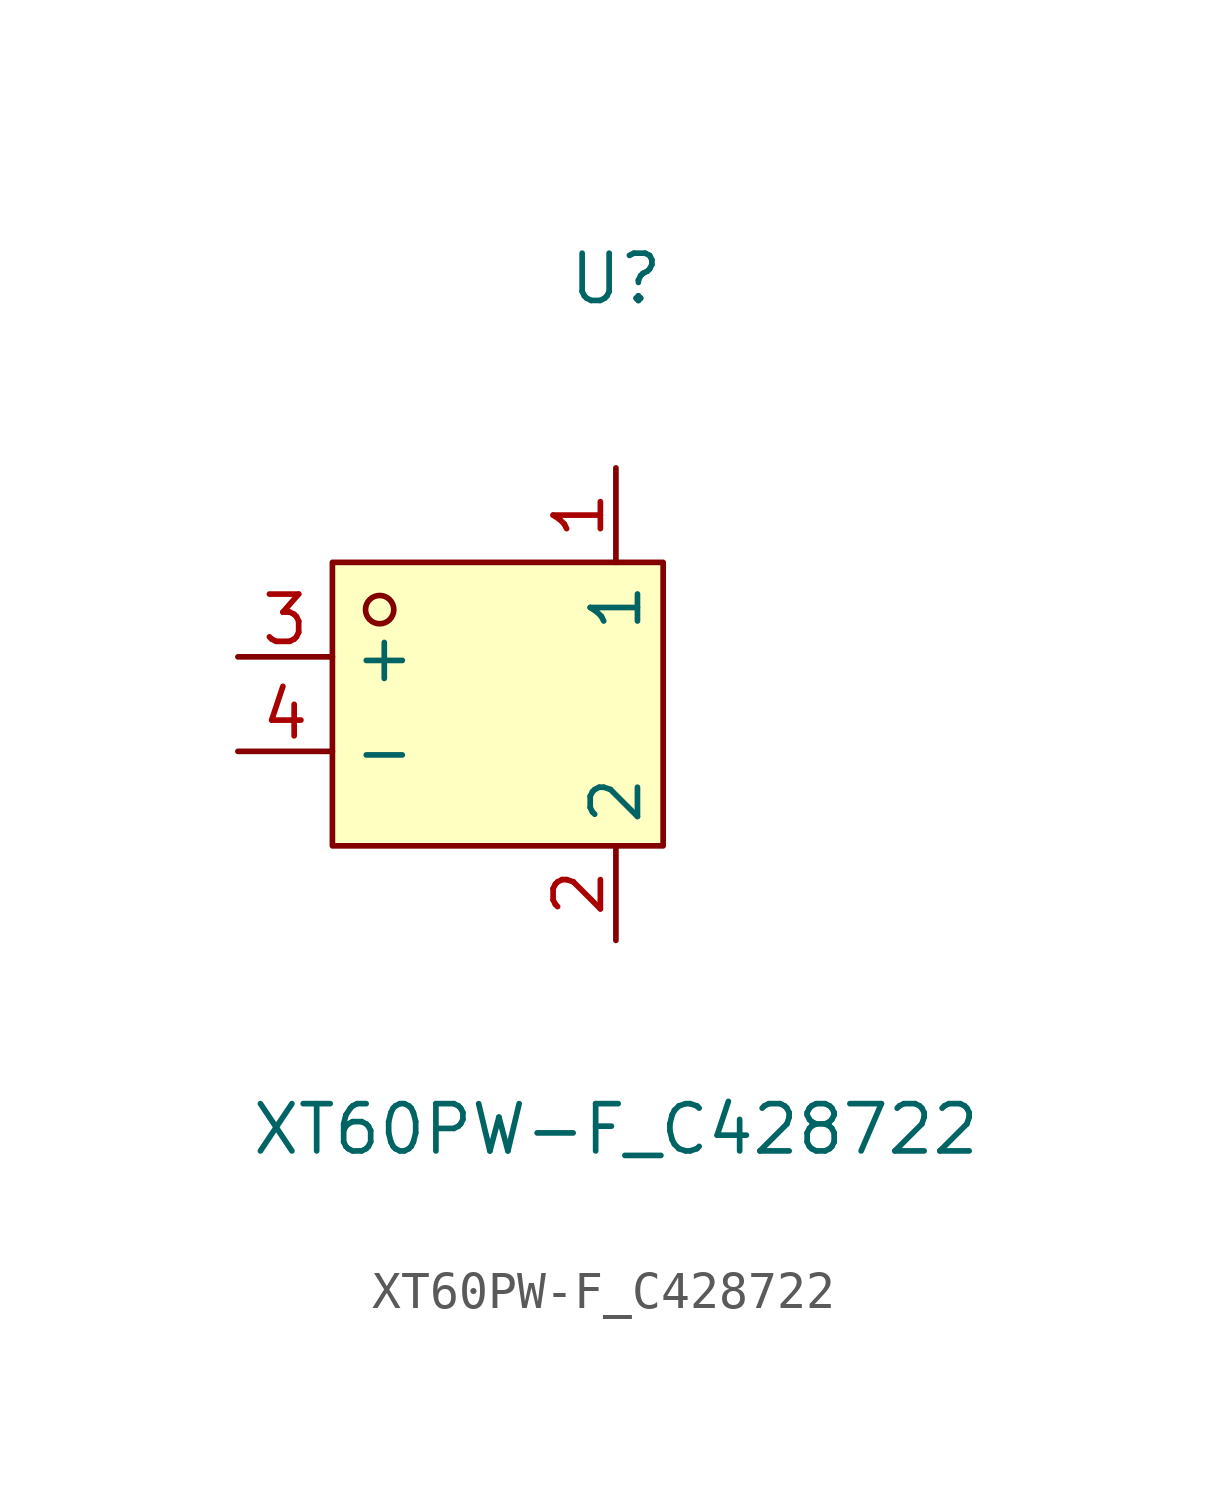
<source format=kicad_sym>
(kicad_symbol_lib
  (version 20211014)
  (generator https://github.com/uPesy/easyeda2kicad.py)
  (symbol "XT60PW-F_C428722"
    (property "Reference" "U"
      (at 0 10.16 0)
      (effects (font (size 1.27 1.27))))
    (property "Value" "XT60PW-F_C428722"
      (at 0 -12.70 0)
      (effects (font (size 1.27 1.27))))
    (symbol "XT60PW-F_C428722_0_1"
      (rectangle (start -7.62 2.54) (end 1.27 -5.08) (stroke (width 0) (type default) (color 0 0 0 0)) (fill (type background)))
      (circle (center -6.35 1.27) (radius 0.38) (stroke (width 0) (type default) (color 0 0 0 0)) (fill (type none)))
      (pin unspecified line (at 0.00 -7.62 90) (length 2.54) (name "2" (effects (font (size 1.27 1.27)))) (number "2" (effects (font (size 1.27 1.27)))))
      (pin unspecified line (at 0.00 5.08 270) (length 2.54) (name "1" (effects (font (size 1.27 1.27)))) (number "1" (effects (font (size 1.27 1.27)))))
      (pin unspecified line (at -10.16 -2.54 0) (length 2.54) (name "-" (effects (font (size 1.27 1.27)))) (number "4" (effects (font (size 1.27 1.27)))))
      (pin unspecified line (at -10.16 -0.00 0) (length 2.54) (name "+" (effects (font (size 1.27 1.27)))) (number "3" (effects (font (size 1.27 1.27))))))))
</source>
